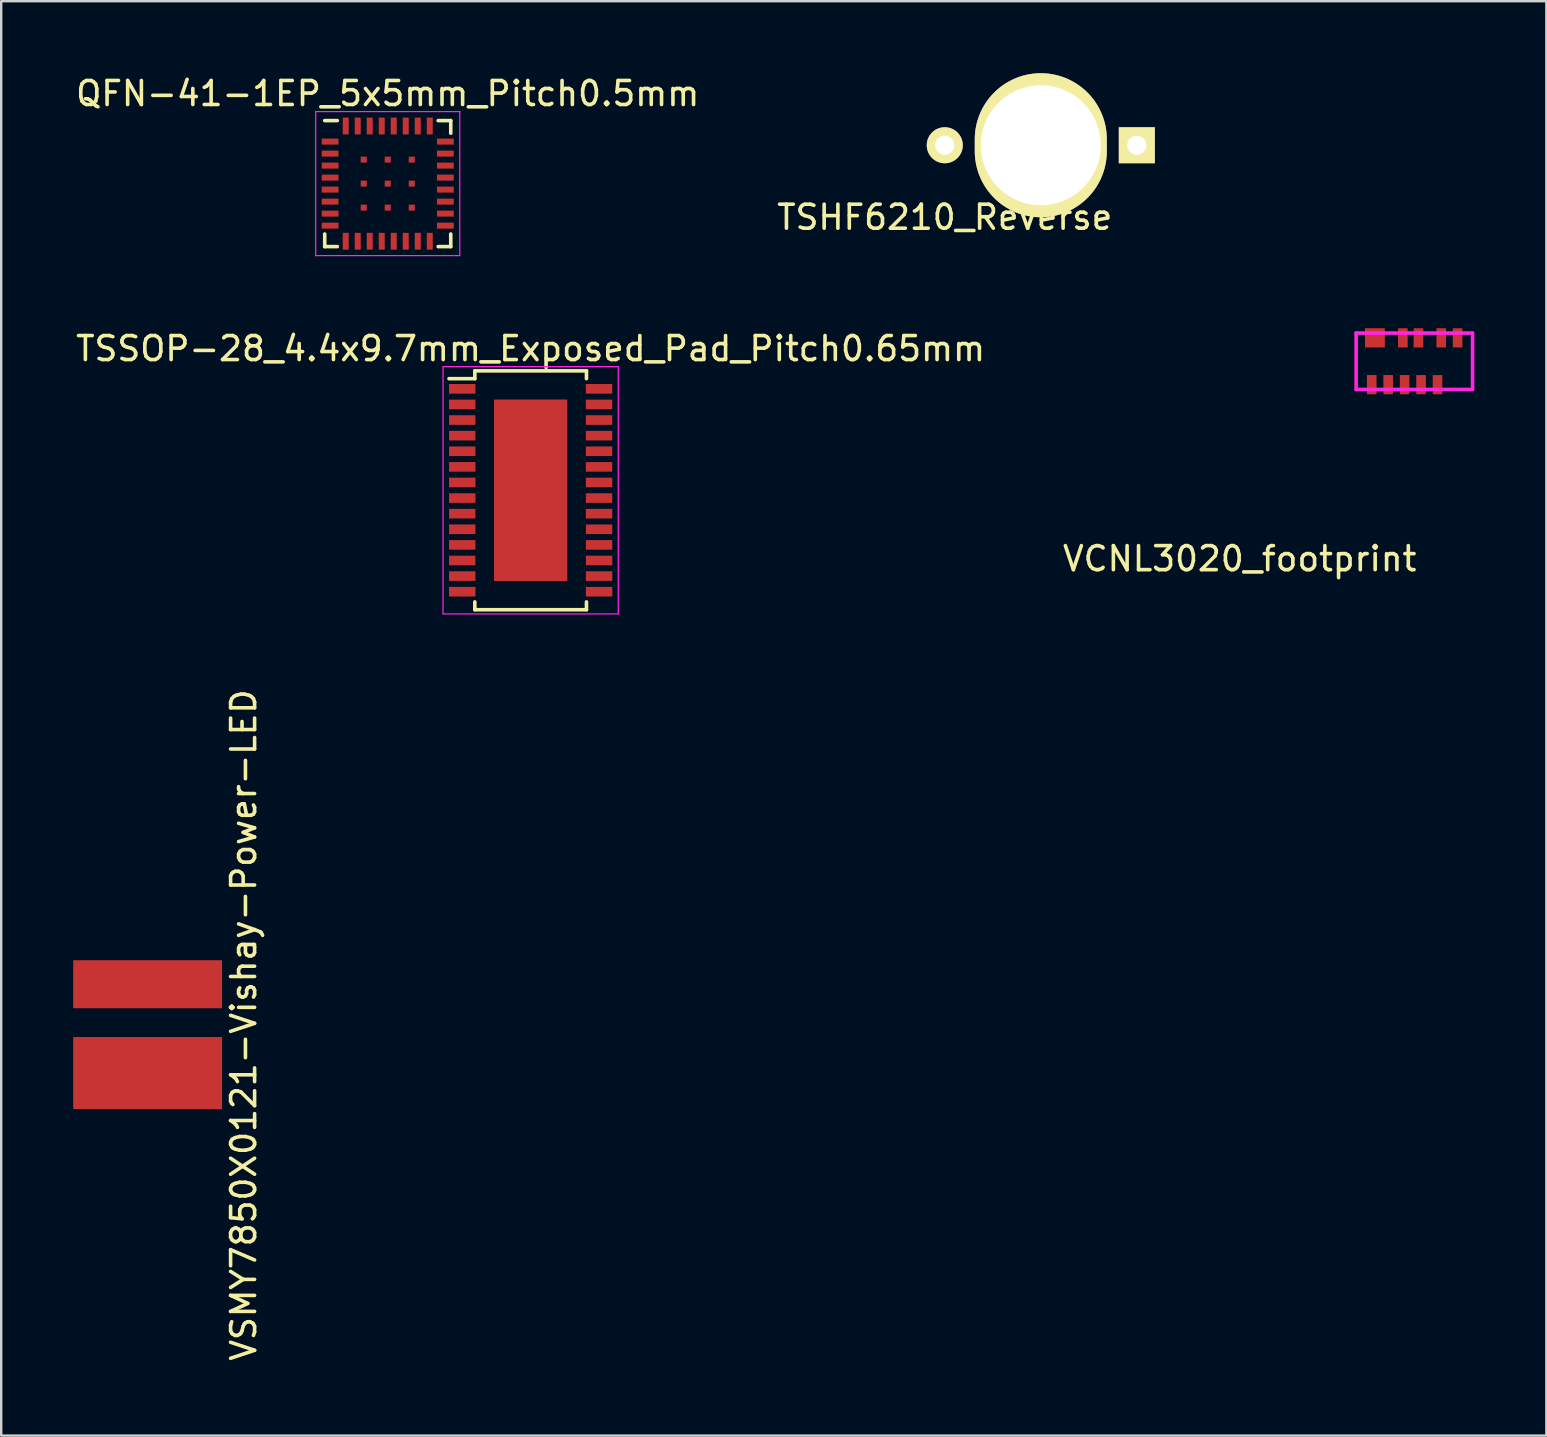
<source format=kicad_pcb>
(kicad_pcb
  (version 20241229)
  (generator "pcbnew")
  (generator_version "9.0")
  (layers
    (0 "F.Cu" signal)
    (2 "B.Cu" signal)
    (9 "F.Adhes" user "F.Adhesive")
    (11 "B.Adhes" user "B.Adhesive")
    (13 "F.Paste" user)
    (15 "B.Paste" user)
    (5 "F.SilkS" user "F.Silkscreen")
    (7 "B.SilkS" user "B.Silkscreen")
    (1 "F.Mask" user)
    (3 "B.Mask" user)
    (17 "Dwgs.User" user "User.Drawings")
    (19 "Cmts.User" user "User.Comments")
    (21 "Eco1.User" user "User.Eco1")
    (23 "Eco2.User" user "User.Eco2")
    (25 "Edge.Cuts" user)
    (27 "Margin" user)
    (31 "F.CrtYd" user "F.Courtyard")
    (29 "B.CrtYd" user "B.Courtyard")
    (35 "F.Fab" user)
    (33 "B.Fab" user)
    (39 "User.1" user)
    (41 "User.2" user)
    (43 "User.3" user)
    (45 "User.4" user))
  (footprint "TSSOP-28_4.4x9.7mm_Exposed_Pad_Pitch0.65mm"
    (layer "F.Cu")
    (at 19.054 17.372)
    (property "Reference" "TSSOP-28_4.4x9.7mm_Exposed_Pad_Pitch0.65mm" (at 0 -5.9 0) (layer "F.SilkS") (effects (font (size 1 1) (thickness 0.15))))
    (attr smd)
    (fp_line (start -2.325 -4.975) (end -2.325 -4.65) (stroke (width 0.15) (type solid)) (layer "F.SilkS"))
    (fp_line (start -2.325 -4.975) (end 2.325 -4.975) (stroke (width 0.15) (type solid)) (layer "F.SilkS"))
    (fp_line (start -2.325 -4.65) (end -3.4 -4.65) (stroke (width 0.15) (type solid)) (layer "F.SilkS"))
    (fp_line (start -2.325 4.975) (end -2.325 4.65) (stroke (width 0.15) (type solid)) (layer "F.SilkS"))
    (fp_line (start -2.325 4.975) (end 2.325 4.975) (stroke (width 0.15) (type solid)) (layer "F.SilkS"))
    (fp_line (start 2.325 -4.975) (end 2.325 -4.65) (stroke (width 0.15) (type solid)) (layer "F.SilkS"))
    (fp_line (start 2.325 4.975) (end 2.325 4.65) (stroke (width 0.15) (type solid)) (layer "F.SilkS"))
    (fp_line (start -3.65 -5.15) (end -3.65 5.15) (stroke (width 0.05) (type solid)) (layer "F.CrtYd"))
    (fp_line (start -3.65 -5.15) (end 3.65 -5.15) (stroke (width 0.05) (type solid)) (layer "F.CrtYd"))
    (fp_line (start -3.65 5.15) (end 3.65 5.15) (stroke (width 0.05) (type solid)) (layer "F.CrtYd"))
    (fp_line (start 3.65 -5.15) (end 3.65 5.15) (stroke (width 0.05) (type solid)) (layer "F.CrtYd"))
    (pad "1" smd rect (at -2.85 -4.225) (size 1.1 0.4) (layers "F.Cu" "F.Mask" "F.Paste"))
    (pad "2" smd rect (at -2.85 -3.575) (size 1.1 0.4) (layers "F.Cu" "F.Mask" "F.Paste"))
    (pad "3" smd rect (at -2.85 -2.925) (size 1.1 0.4) (layers "F.Cu" "F.Mask" "F.Paste"))
    (pad "4" smd rect (at -2.85 -2.275) (size 1.1 0.4) (layers "F.Cu" "F.Mask" "F.Paste"))
    (pad "5" smd rect (at -2.85 -1.625) (size 1.1 0.4) (layers "F.Cu" "F.Mask" "F.Paste"))
    (pad "6" smd rect (at -2.85 -0.975) (size 1.1 0.4) (layers "F.Cu" "F.Mask" "F.Paste"))
    (pad "7" smd rect (at -2.85 -0.325) (size 1.1 0.4) (layers "F.Cu" "F.Mask" "F.Paste"))
    (pad "8" smd rect (at -2.85 0.325) (size 1.1 0.4) (layers "F.Cu" "F.Mask" "F.Paste"))
    (pad "9" smd rect (at -2.85 0.975) (size 1.1 0.4) (layers "F.Cu" "F.Mask" "F.Paste"))
    (pad "10" smd rect (at -2.85 1.625) (size 1.1 0.4) (layers "F.Cu" "F.Mask" "F.Paste"))
    (pad "11" smd rect (at -2.85 2.275) (size 1.1 0.4) (layers "F.Cu" "F.Mask" "F.Paste"))
    (pad "12" smd rect (at -2.85 2.925) (size 1.1 0.4) (layers "F.Cu" "F.Mask" "F.Paste"))
    (pad "13" smd rect (at -2.85 3.575) (size 1.1 0.4) (layers "F.Cu" "F.Mask" "F.Paste"))
    (pad "14" smd rect (at -2.85 4.225) (size 1.1 0.4) (layers "F.Cu" "F.Mask" "F.Paste"))
    (pad "15" smd rect (at 2.85 4.225) (size 1.1 0.4) (layers "F.Cu" "F.Mask" "F.Paste"))
    (pad "16" smd rect (at 2.85 3.575) (size 1.1 0.4) (layers "F.Cu" "F.Mask" "F.Paste"))
    (pad "17" smd rect (at 2.85 2.925) (size 1.1 0.4) (layers "F.Cu" "F.Mask" "F.Paste"))
    (pad "18" smd rect (at 2.85 2.275) (size 1.1 0.4) (layers "F.Cu" "F.Mask" "F.Paste"))
    (pad "19" smd rect (at 2.85 1.625) (size 1.1 0.4) (layers "F.Cu" "F.Mask" "F.Paste"))
    (pad "20" smd rect (at 2.85 0.975) (size 1.1 0.4) (layers "F.Cu" "F.Mask" "F.Paste"))
    (pad "21" smd rect (at 2.85 0.325) (size 1.1 0.4) (layers "F.Cu" "F.Mask" "F.Paste"))
    (pad "22" smd rect (at 2.85 -0.325) (size 1.1 0.4) (layers "F.Cu" "F.Mask" "F.Paste"))
    (pad "23" smd rect (at 2.85 -0.975) (size 1.1 0.4) (layers "F.Cu" "F.Mask" "F.Paste"))
    (pad "24" smd rect (at 2.85 -1.625) (size 1.1 0.4) (layers "F.Cu" "F.Mask" "F.Paste"))
    (pad "25" smd rect (at 2.85 -2.275) (size 1.1 0.4) (layers "F.Cu" "F.Mask" "F.Paste"))
    (pad "26" smd rect (at 2.85 -2.925) (size 1.1 0.4) (layers "F.Cu" "F.Mask" "F.Paste"))
    (pad "27" smd rect (at 2.85 -3.575) (size 1.1 0.4) (layers "F.Cu" "F.Mask" "F.Paste"))
    (pad "28" smd rect (at 2.85 -4.225) (size 1.1 0.4) (layers "F.Cu" "F.Mask" "F.Paste"))
    (pad "29" smd rect (at 0 0) (size 3.05 7.56) (layers "F.Cu" "F.Mask" "F.Paste")))
  (footprint "QFN-41-1EP_5x5mm_Pitch0.5mm"
    (layer "F.Cu")
    (at 13.101 4.598)
    (property "Reference" "QFN-41-1EP_5x5mm_Pitch0.5mm" (at 0 -3.75 0) (layer "F.SilkS") (effects (font (size 1 1) (thickness 0.15))))
    (attr smd)
    (fp_line (start -2.625 -2.625) (end -2.1 -2.625) (stroke (width 0.15) (type solid)) (layer "F.SilkS"))
    (fp_line (start -2.625 2.625) (end -2.625 2.1) (stroke (width 0.15) (type solid)) (layer "F.SilkS"))
    (fp_line (start -2.625 2.625) (end -2.1 2.625) (stroke (width 0.15) (type solid)) (layer "F.SilkS"))
    (fp_line (start 2.625 -2.625) (end 2.1 -2.625) (stroke (width 0.15) (type solid)) (layer "F.SilkS"))
    (fp_line (start 2.625 -2.625) (end 2.625 -2.1) (stroke (width 0.15) (type solid)) (layer "F.SilkS"))
    (fp_line (start 2.625 2.625) (end 2.1 2.625) (stroke (width 0.15) (type solid)) (layer "F.SilkS"))
    (fp_line (start 2.625 2.625) (end 2.625 2.1) (stroke (width 0.15) (type solid)) (layer "F.SilkS"))
    (fp_line (start -3 -3) (end -3 3) (stroke (width 0.05) (type solid)) (layer "F.CrtYd"))
    (fp_line (start -3 -3) (end 3 -3) (stroke (width 0.05) (type solid)) (layer "F.CrtYd"))
    (fp_line (start -3 3) (end 3 3) (stroke (width 0.05) (type solid)) (layer "F.CrtYd"))
    (fp_line (start 3 -3) (end 3 3) (stroke (width 0.05) (type solid)) (layer "F.CrtYd"))
    (pad "1" smd rect (at -2.4 -1.75) (size 0.7 0.25) (layers "F.Cu" "F.Mask" "F.Paste"))
    (pad "2" smd rect (at -2.4 -1.25) (size 0.7 0.25) (layers "F.Cu" "F.Mask" "F.Paste"))
    (pad "3" smd rect (at -2.4 -0.75) (size 0.7 0.25) (layers "F.Cu" "F.Mask" "F.Paste"))
    (pad "4" smd rect (at -2.4 -0.25) (size 0.7 0.25) (layers "F.Cu" "F.Mask" "F.Paste"))
    (pad "5" smd rect (at -2.4 0.25) (size 0.7 0.25) (layers "F.Cu" "F.Mask" "F.Paste"))
    (pad "6" smd rect (at -2.4 0.75) (size 0.7 0.25) (layers "F.Cu" "F.Mask" "F.Paste"))
    (pad "7" smd rect (at -2.4 1.25) (size 0.7 0.25) (layers "F.Cu" "F.Mask" "F.Paste"))
    (pad "8" smd rect (at -2.4 1.75) (size 0.7 0.25) (layers "F.Cu" "F.Mask" "F.Paste"))
    (pad "9" smd rect (at -1.75 2.4 90) (size 0.7 0.25) (layers "F.Cu" "F.Mask" "F.Paste"))
    (pad "10" smd rect (at -1.25 2.4 90) (size 0.7 0.25) (layers "F.Cu" "F.Mask" "F.Paste"))
    (pad "11" smd rect (at -0.75 2.4 90) (size 0.7 0.25) (layers "F.Cu" "F.Mask" "F.Paste"))
    (pad "12" smd rect (at -0.25 2.4 90) (size 0.7 0.25) (layers "F.Cu" "F.Mask" "F.Paste"))
    (pad "13" smd rect (at 0.25 2.4 90) (size 0.7 0.25) (layers "F.Cu" "F.Mask" "F.Paste"))
    (pad "14" smd rect (at 0.75 2.4 90) (size 0.7 0.25) (layers "F.Cu" "F.Mask" "F.Paste"))
    (pad "15" smd rect (at 1.25 2.4 90) (size 0.7 0.25) (layers "F.Cu" "F.Mask" "F.Paste"))
    (pad "16" smd rect (at 1.75 2.4 90) (size 0.7 0.25) (layers "F.Cu" "F.Mask" "F.Paste"))
    (pad "17" smd rect (at 2.4 1.75) (size 0.7 0.25) (layers "F.Cu" "F.Mask" "F.Paste"))
    (pad "18" smd rect (at 2.4 1.25) (size 0.7 0.25) (layers "F.Cu" "F.Mask" "F.Paste"))
    (pad "19" smd rect (at 2.4 0.75) (size 0.7 0.25) (layers "F.Cu" "F.Mask" "F.Paste"))
    (pad "20" smd rect (at 2.4 0.25) (size 0.7 0.25) (layers "F.Cu" "F.Mask" "F.Paste"))
    (pad "21" smd rect (at 2.4 -0.25) (size 0.7 0.25) (layers "F.Cu" "F.Mask" "F.Paste"))
    (pad "22" smd rect (at 2.4 -0.75) (size 0.7 0.25) (layers "F.Cu" "F.Mask" "F.Paste"))
    (pad "23" smd rect (at 2.4 -1.25) (size 0.7 0.25) (layers "F.Cu" "F.Mask" "F.Paste"))
    (pad "24" smd rect (at 2.4 -1.75) (size 0.7 0.25) (layers "F.Cu" "F.Mask" "F.Paste"))
    (pad "25" smd rect (at 1.75 -2.4 90) (size 0.7 0.25) (layers "F.Cu" "F.Mask" "F.Paste"))
    (pad "26" smd rect (at 1.25 -2.4 90) (size 0.7 0.25) (layers "F.Cu" "F.Mask" "F.Paste"))
    (pad "27" smd rect (at 0.75 -2.4 90) (size 0.7 0.25) (layers "F.Cu" "F.Mask" "F.Paste"))
    (pad "28" smd rect (at 0.25 -2.4 90) (size 0.7 0.25) (layers "F.Cu" "F.Mask" "F.Paste"))
    (pad "29" smd rect (at -0.25 -2.4 90) (size 0.7 0.25) (layers "F.Cu" "F.Mask" "F.Paste"))
    (pad "30" smd rect (at -0.75 -2.4 90) (size 0.7 0.25) (layers "F.Cu" "F.Mask" "F.Paste"))
    (pad "31" smd rect (at -1.25 -2.4 90) (size 0.7 0.25) (layers "F.Cu" "F.Mask" "F.Paste"))
    (pad "32" smd rect (at -1.75 -2.4 90) (size 0.7 0.25) (layers "F.Cu" "F.Mask" "F.Paste"))
    (pad "33" smd rect (at -1 -1) (size 0.25 0.25) (layers "F.Cu" "F.Mask" "F.Paste"))
    (pad "34" smd rect (at 0 -1) (size 0.25 0.25) (layers "F.Cu" "F.Mask" "F.Paste"))
    (pad "35" smd rect (at 1 -1) (size 0.25 0.25) (layers "F.Cu" "F.Mask" "F.Paste"))
    (pad "36" smd rect (at -1 0) (size 0.25 0.25) (layers "F.Cu" "F.Mask" "F.Paste"))
    (pad "37" smd rect (at 0 0) (size 0.25 0.25) (layers "F.Cu" "F.Mask" "F.Paste"))
    (pad "38" smd rect (at 1 0) (size 0.25 0.25) (layers "F.Cu" "F.Mask" "F.Paste"))
    (pad "39" smd rect (at -1 1) (size 0.25 0.25) (layers "F.Cu" "F.Mask" "F.Paste"))
    (pad "40" smd rect (at 0 1) (size 0.25 0.25) (layers "F.Cu" "F.Mask" "F.Paste"))
    (pad "41" smd rect (at 1 1) (size 0.25 0.25) (layers "F.Cu" "F.Mask" "F.Paste")))
  (footprint "VSMY7850X0121-Vishay-Power-LED"
    (layer "F.Cu")
    (at 3.1 39.648)
    (property "Reference" "VSMY7850X0121-Vishay-Power-LED" (at 4 0 90) (layer "F.SilkS") (effects (font (size 1 1) (thickness 0.15))))
    (attr through_hole)
    (pad "1" smd rect (at 0 -1.7) (size 6.2 2) (layers "F.Cu" "F.Mask" "F.Paste"))
    (pad "2" smd rect (at 0 2) (size 6.2 3) (layers "F.Cu" "F.Mask" "F.Paste")))
  (footprint "TSHF6210_Reverse"
    (layer "F.Cu")
    (at 40.304 3)
    (property "Reference" "TSHF6210_Reverse" (at -4 3 0) (layer "F.SilkS") (effects (font (size 1 1) (thickness 0.15))))
    (attr through_hole)
    (pad "1" thru_hole oval (at 0 0) (size 5.5 6) (drill 5) (layers "*.Cu" "*.Mask" "F.SilkS"))
    (pad "1" thru_hole rect (at 4 0) (size 1.5 1.5) (drill 0.8) (layers "*.Cu" "*.Mask" "F.SilkS"))
    (pad "2" thru_hole oval (at -4 0) (size 1.5 1.5) (drill 0.8) (layers "*.Cu" "*.Mask" "F.SilkS")))
  (footprint "VCNL3020_footprint"
    (layer "F.Cu")
    (at 53.439 13.173)
    (property "Reference" "VCNL3020_footprint" (at -4.85 7.05 0) (layer "F.SilkS") (effects (font (size 1 1) (thickness 0.15))))
    (attr through_hole)
    (fp_line (start 0 -2.35) (end 4.85 -2.35) (stroke (width 0.15) (type solid)) (layer "F.CrtYd"))
    (fp_line (start 0 0) (end 0 -2.35) (stroke (width 0.15) (type solid)) (layer "F.CrtYd"))
    (fp_line (start 4.85 -2.35) (end 4.85 0) (stroke (width 0.15) (type solid)) (layer "F.CrtYd"))
    (fp_line (start 4.85 0) (end 0 0) (stroke (width 0.15) (type solid)) (layer "F.CrtYd"))
    (pad "1" smd rect (at 0.65 -0.2) (size 0.4 0.8) (layers "F.Cu" "F.Mask" "F.Paste"))
    (pad "2" smd rect (at 1.335 -0.2) (size 0.4 0.8) (layers "F.Cu" "F.Mask" "F.Paste"))
    (pad "3" smd rect (at 2.02 -0.2) (size 0.4 0.8) (layers "F.Cu" "F.Mask" "F.Paste"))
    (pad "4" smd rect (at 2.705 -0.2) (size 0.4 0.8) (layers "F.Cu" "F.Mask" "F.Paste"))
    (pad "5" smd rect (at 3.39 -0.2) (size 0.4 0.8) (layers "F.Cu" "F.Mask" "F.Paste"))
    (pad "6" smd rect (at 3.547 -2.15) (size 0.4 0.8) (layers "F.Cu" "F.Mask" "F.Paste"))
    (pad "6" smd rect (at 4.227 -2.15) (size 0.4 0.8) (layers "F.Cu" "F.Mask" "F.Paste"))
    (pad "7" smd rect (at 1.947 -2.15) (size 0.4 0.8) (layers "F.Cu" "F.Mask" "F.Paste"))
    (pad "7" smd rect (at 2.597 -2.15) (size 0.4 0.8) (layers "F.Cu" "F.Mask" "F.Paste"))
    (pad "8" smd rect (at 0.783 -2.15) (size 0.827 0.8) (layers "F.Cu" "F.Mask" "F.Paste")))
  (gr_rect
    (start -3 -3)
    (end 61.364 56.749)
    (stroke (width 0.1) (type default))
    (fill no)
    (layer "Edge.Cuts")))
</source>
